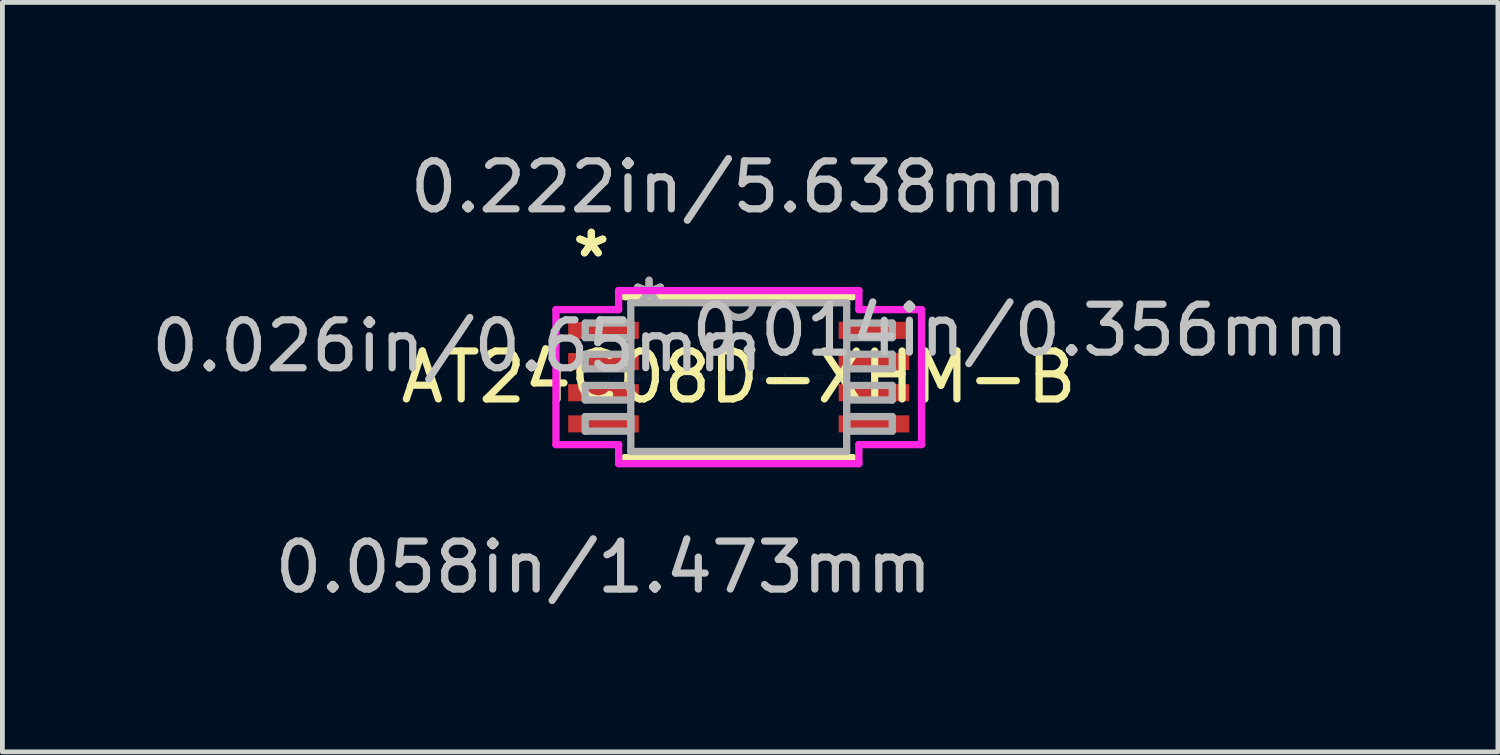
<source format=kicad_pcb>
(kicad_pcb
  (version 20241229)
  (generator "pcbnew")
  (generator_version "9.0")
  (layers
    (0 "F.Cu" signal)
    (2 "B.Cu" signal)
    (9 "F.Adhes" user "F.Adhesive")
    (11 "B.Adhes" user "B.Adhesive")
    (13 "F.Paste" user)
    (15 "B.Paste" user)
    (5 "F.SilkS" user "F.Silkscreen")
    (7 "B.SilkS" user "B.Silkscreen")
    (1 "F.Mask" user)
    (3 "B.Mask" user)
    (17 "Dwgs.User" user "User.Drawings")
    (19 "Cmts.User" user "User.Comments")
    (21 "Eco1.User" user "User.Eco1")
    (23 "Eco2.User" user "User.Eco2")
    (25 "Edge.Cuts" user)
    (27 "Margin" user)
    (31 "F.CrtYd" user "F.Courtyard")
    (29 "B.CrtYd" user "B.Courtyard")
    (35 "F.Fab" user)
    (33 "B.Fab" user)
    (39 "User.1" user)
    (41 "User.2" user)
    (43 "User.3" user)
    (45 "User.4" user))
  (footprint "AT24C08D-XHM-B"
    (layer "F.Cu")
    (at 12.349 4.811)
    (property "Reference" "AT24C08D-XHM-B" (at 0 0 0) (layer "F.SilkS") (effects (font (size 1 1) (thickness 0.15))))
    (attr through_hole)
    (fp_line (start -2.377 1.677) (end 2.377 1.677) (stroke (width 0.152) (type solid)) (layer "F.SilkS"))
    (fp_line (start 2.377 -1.677) (end -2.377 -1.677) (stroke (width 0.152) (type solid)) (layer "F.SilkS"))
    (fp_line (start -3.81 -1.407) (end -2.504 -1.407) (stroke (width 0.152) (type solid)) (layer "F.CrtYd"))
    (fp_line (start -3.81 1.407) (end -3.81 -1.407) (stroke (width 0.152) (type solid)) (layer "F.CrtYd"))
    (fp_line (start -2.504 -1.804) (end 2.504 -1.804) (stroke (width 0.152) (type solid)) (layer "F.CrtYd"))
    (fp_line (start -2.504 -1.407) (end -2.504 -1.804) (stroke (width 0.152) (type solid)) (layer "F.CrtYd"))
    (fp_line (start -2.504 1.407) (end -3.81 1.407) (stroke (width 0.152) (type solid)) (layer "F.CrtYd"))
    (fp_line (start -2.504 1.804) (end -2.504 1.407) (stroke (width 0.152) (type solid)) (layer "F.CrtYd"))
    (fp_line (start 2.504 -1.804) (end 2.504 -1.407) (stroke (width 0.152) (type solid)) (layer "F.CrtYd"))
    (fp_line (start 2.504 -1.407) (end 3.81 -1.407) (stroke (width 0.152) (type solid)) (layer "F.CrtYd"))
    (fp_line (start 2.504 1.407) (end 2.504 1.804) (stroke (width 0.152) (type solid)) (layer "F.CrtYd"))
    (fp_line (start 2.504 1.804) (end -2.504 1.804) (stroke (width 0.152) (type solid)) (layer "F.CrtYd"))
    (fp_line (start 3.81 -1.407) (end 3.81 1.407) (stroke (width 0.152) (type solid)) (layer "F.CrtYd"))
    (fp_line (start 3.81 1.407) (end 2.504 1.407) (stroke (width 0.152) (type solid)) (layer "F.CrtYd"))
    (fp_line (start -3.2 -1.127) (end -3.2 -0.823) (stroke (width 0.152) (type solid)) (layer "F.Fab"))
    (fp_line (start -3.2 -0.823) (end -2.25 -0.823) (stroke (width 0.152) (type solid)) (layer "F.Fab"))
    (fp_line (start -3.2 -0.477) (end -3.2 -0.173) (stroke (width 0.152) (type solid)) (layer "F.Fab"))
    (fp_line (start -3.2 -0.173) (end -2.25 -0.173) (stroke (width 0.152) (type solid)) (layer "F.Fab"))
    (fp_line (start -3.2 0.173) (end -3.2 0.477) (stroke (width 0.152) (type solid)) (layer "F.Fab"))
    (fp_line (start -3.2 0.477) (end -2.25 0.477) (stroke (width 0.152) (type solid)) (layer "F.Fab"))
    (fp_line (start -3.2 0.823) (end -3.2 1.127) (stroke (width 0.152) (type solid)) (layer "F.Fab"))
    (fp_line (start -3.2 1.127) (end -2.25 1.127) (stroke (width 0.152) (type solid)) (layer "F.Fab"))
    (fp_line (start -2.25 -1.55) (end -2.25 1.55) (stroke (width 0.152) (type solid)) (layer "F.Fab"))
    (fp_line (start -2.25 -1.127) (end -3.2 -1.127) (stroke (width 0.152) (type solid)) (layer "F.Fab"))
    (fp_line (start -2.25 -0.823) (end -2.25 -1.127) (stroke (width 0.152) (type solid)) (layer "F.Fab"))
    (fp_line (start -2.25 -0.477) (end -3.2 -0.477) (stroke (width 0.152) (type solid)) (layer "F.Fab"))
    (fp_line (start -2.25 -0.173) (end -2.25 -0.477) (stroke (width 0.152) (type solid)) (layer "F.Fab"))
    (fp_line (start -2.25 0.173) (end -3.2 0.173) (stroke (width 0.152) (type solid)) (layer "F.Fab"))
    (fp_line (start -2.25 0.477) (end -2.25 0.173) (stroke (width 0.152) (type solid)) (layer "F.Fab"))
    (fp_line (start -2.25 0.823) (end -3.2 0.823) (stroke (width 0.152) (type solid)) (layer "F.Fab"))
    (fp_line (start -2.25 1.127) (end -2.25 0.823) (stroke (width 0.152) (type solid)) (layer "F.Fab"))
    (fp_line (start -2.25 1.55) (end 2.25 1.55) (stroke (width 0.152) (type solid)) (layer "F.Fab"))
    (fp_line (start 2.25 -1.55) (end -2.25 -1.55) (stroke (width 0.152) (type solid)) (layer "F.Fab"))
    (fp_line (start 2.25 -1.127) (end 2.25 -0.823) (stroke (width 0.152) (type solid)) (layer "F.Fab"))
    (fp_line (start 2.25 -0.823) (end 3.2 -0.823) (stroke (width 0.152) (type solid)) (layer "F.Fab"))
    (fp_line (start 2.25 -0.477) (end 2.25 -0.173) (stroke (width 0.152) (type solid)) (layer "F.Fab"))
    (fp_line (start 2.25 -0.173) (end 3.2 -0.173) (stroke (width 0.152) (type solid)) (layer "F.Fab"))
    (fp_line (start 2.25 0.173) (end 2.25 0.477) (stroke (width 0.152) (type solid)) (layer "F.Fab"))
    (fp_line (start 2.25 0.477) (end 3.2 0.477) (stroke (width 0.152) (type solid)) (layer "F.Fab"))
    (fp_line (start 2.25 0.823) (end 2.25 1.127) (stroke (width 0.152) (type solid)) (layer "F.Fab"))
    (fp_line (start 2.25 1.127) (end 3.2 1.127) (stroke (width 0.152) (type solid)) (layer "F.Fab"))
    (fp_line (start 2.25 1.55) (end 2.25 -1.55) (stroke (width 0.152) (type solid)) (layer "F.Fab"))
    (fp_line (start 3.2 -1.127) (end 2.25 -1.127) (stroke (width 0.152) (type solid)) (layer "F.Fab"))
    (fp_line (start 3.2 -0.823) (end 3.2 -1.127) (stroke (width 0.152) (type solid)) (layer "F.Fab"))
    (fp_line (start 3.2 -0.477) (end 2.25 -0.477) (stroke (width 0.152) (type solid)) (layer "F.Fab"))
    (fp_line (start 3.2 -0.173) (end 3.2 -0.477) (stroke (width 0.152) (type solid)) (layer "F.Fab"))
    (fp_line (start 3.2 0.173) (end 2.25 0.173) (stroke (width 0.152) (type solid)) (layer "F.Fab"))
    (fp_line (start 3.2 0.477) (end 3.2 0.173) (stroke (width 0.152) (type solid)) (layer "F.Fab"))
    (fp_line (start 3.2 0.823) (end 2.25 0.823) (stroke (width 0.152) (type solid)) (layer "F.Fab"))
    (fp_line (start 3.2 1.127) (end 3.2 0.823) (stroke (width 0.152) (type solid)) (layer "F.Fab"))
    (fp_arc (start 0.3048 -1.549999) (mid 0 -1.245199) (end -0.3048 -1.549999) (stroke (width 0.1524) (type solid)) (layer "F.Fab"))
    (fp_text user "*" (at -3.073 -2.474 0) (layer "F.SilkS") (effects (font (size 1 1) (thickness 0.15))))
    (fp_text user "*" (at -3.073 -2.474 0) (layer "F.SilkS") (effects (font (size 1 1) (thickness 0.15))))
    (fp_text user "0.058in/1.473mm" (at -2.819 3.963 0) (layer "Dwgs.User") (effects (font (size 1 1) (thickness 0.15))))
    (fp_text user "0.014in/0.356mm" (at 5.867 -0.975 0) (layer "Dwgs.User") (effects (font (size 1 1) (thickness 0.15))))
    (fp_text user "0.026in/0.65mm" (at -5.867 -0.65 0) (layer "Dwgs.User") (effects (font (size 1 1) (thickness 0.15))))
    (fp_text user "0.222in/5.638mm" (at 0 -3.963 0) (layer "Dwgs.User") (effects (font (size 1 1) (thickness 0.15))))
    (fp_text user "Copyright 2016 Accelerated Designs. All rights reserved." (at 0 0 0) (layer "Cmts.User") (effects (font (size 0.127 0.127) (thickness 0.002))))
    (fp_text user "*" (at -1.869 -1.474 0) (layer "F.Fab") (effects (font (size 1 1) (thickness 0.15))))
    (fp_text user "*" (at -1.869 -1.474 0) (layer "F.Fab") (effects (font (size 1 1) (thickness 0.15))))
    (pad "1" smd rect (at -2.819 -0.975) (size 1.473 0.356) (layers "F.Cu" "F.Mask" "F.Paste"))
    (pad "2" smd rect (at -2.819 -0.325) (size 1.473 0.356) (layers "F.Cu" "F.Mask" "F.Paste"))
    (pad "3" smd rect (at -2.819 0.325) (size 1.473 0.356) (layers "F.Cu" "F.Mask" "F.Paste"))
    (pad "4" smd rect (at -2.819 0.975) (size 1.473 0.356) (layers "F.Cu" "F.Mask" "F.Paste"))
    (pad "5" smd rect (at 2.819 0.975) (size 1.473 0.356) (layers "F.Cu" "F.Mask" "F.Paste"))
    (pad "6" smd rect (at 2.819 0.325) (size 1.473 0.356) (layers "F.Cu" "F.Mask" "F.Paste"))
    (pad "7" smd rect (at 2.819 -0.325) (size 1.473 0.356) (layers "F.Cu" "F.Mask" "F.Paste"))
    (pad "8" smd rect (at 2.819 -0.975) (size 1.473 0.356) (layers "F.Cu" "F.Mask" "F.Paste")))
  (gr_rect
    (start -3 -3)
    (end 28.174 12.623)
    (stroke (width 0.1) (type default))
    (fill no)
    (layer "Edge.Cuts")))
</source>
